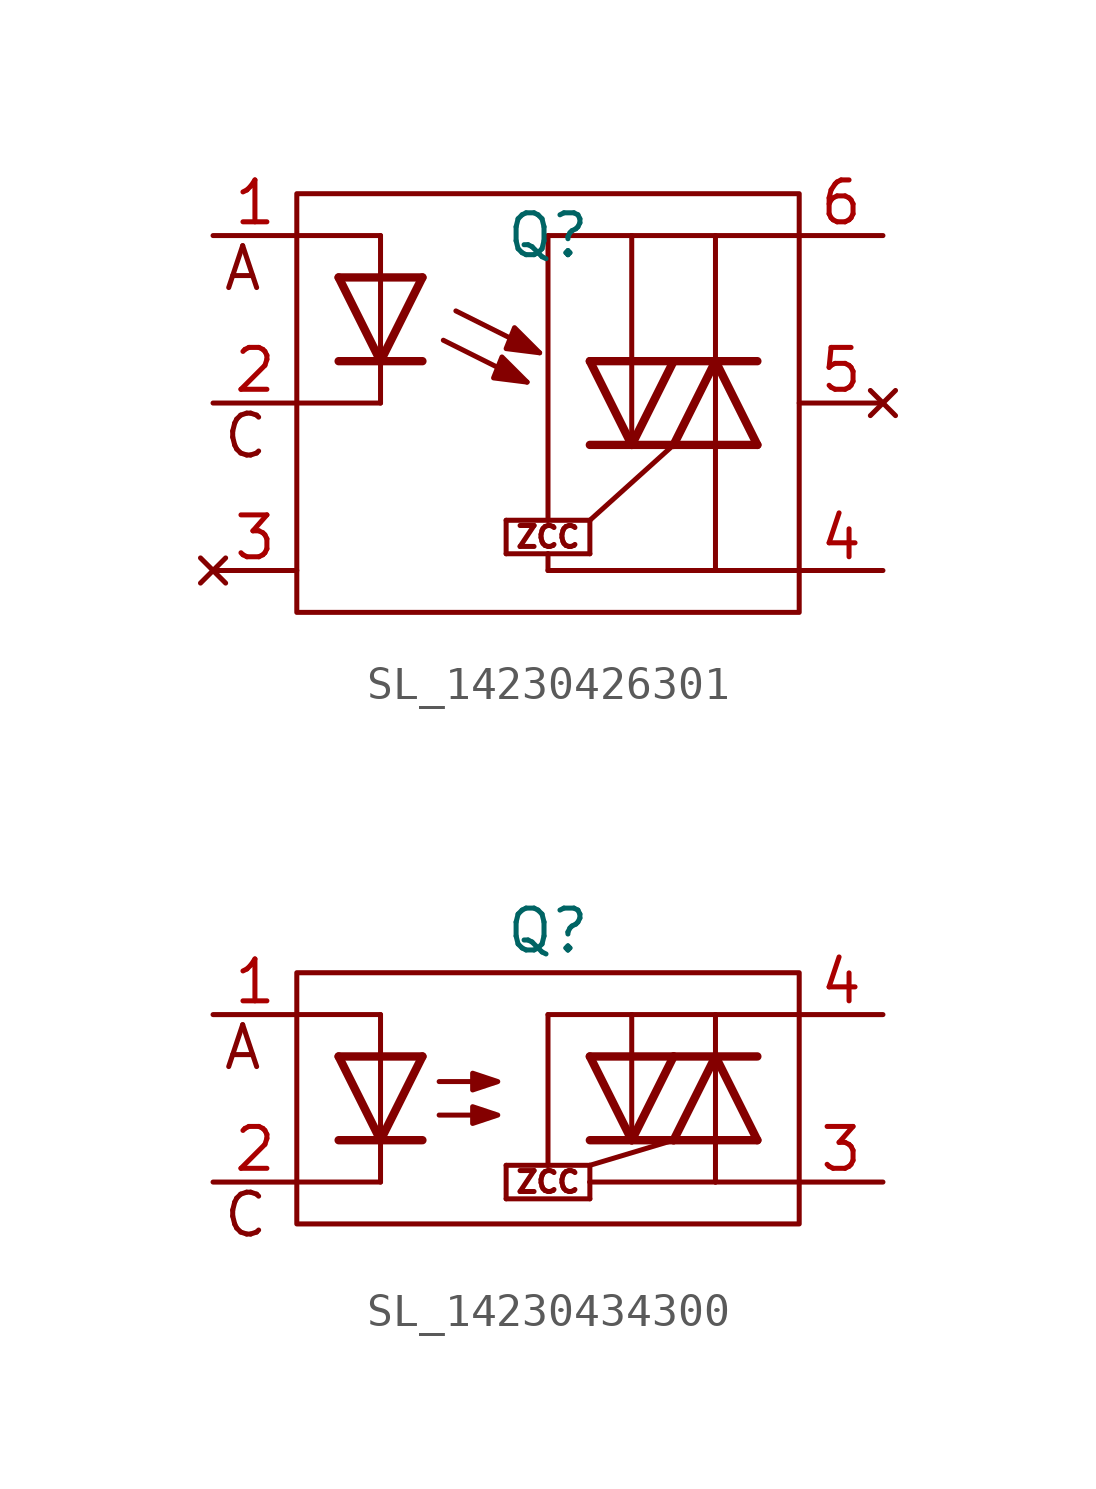
<source format=kicad_sym>
(kicad_symbol_lib
  (version 20220914)
  (generator kicad_symbol_editor)
  (symbol "SL_14230426301"
    (pin_names hide)
    (property "Reference" "Q"
      (at 0 5.08 0)
      (effects (font (size 1.27 1.27))))
    (symbol "SL_14230426301_0_0"
      (rectangle (start -7.62 6.35) (end 7.62 -6.35) (stroke (width 0) (type default)) (fill (type none)))
      (polyline (pts (xy -5.08 0) (xy -7.62 0)) (stroke (width 0.152) (type default)) (fill (type none)))
      (polyline (pts (xy -5.08 1.27) (xy -6.35 1.27)) (stroke (width 0.254) (type default)) (fill (type none)))
      (polyline (pts (xy -5.08 1.27) (xy -6.35 3.81)) (stroke (width 0.254) (type default)) (fill (type none)))
      (polyline (pts (xy -5.08 1.27) (xy -5.08 0)) (stroke (width 0.152) (type default)) (fill (type none)))
      (polyline (pts (xy -5.08 3.81) (xy -6.35 3.81)) (stroke (width 0.254) (type default)) (fill (type none)))
      (polyline (pts (xy -5.08 3.81) (xy -5.08 1.27)) (stroke (width 0.152) (type default)) (fill (type none)))
      (polyline (pts (xy -5.08 3.81) (xy -5.08 5.08)) (stroke (width 0.152) (type default)) (fill (type none)))
      (polyline (pts (xy -5.08 5.08) (xy -7.62 5.08)) (stroke (width 0.152) (type default)) (fill (type none)))
      (polyline (pts (xy -3.81 1.27) (xy -5.08 1.27)) (stroke (width 0.254) (type default)) (fill (type none)))
      (polyline (pts (xy -3.81 3.81) (xy -5.08 1.27)) (stroke (width 0.254) (type default)) (fill (type none)))
      (polyline (pts (xy -3.81 3.81) (xy -5.08 3.81)) (stroke (width 0.254) (type default)) (fill (type none)))
      (polyline (pts (xy -3.175 1.905) (xy -0.635 0.635)) (stroke (width 0.152) (type default)) (fill (type none)))
      (polyline (pts (xy -2.794 2.794) (xy -0.254 1.524)) (stroke (width 0.152) (type default)) (fill (type none)))
      (polyline (pts (xy -1.27 -4.572) (xy -1.27 -3.556)) (stroke (width 0.152) (type default)) (fill (type none)))
      (polyline (pts (xy -1.27 -3.556) (xy 0 -3.556)) (stroke (width 0.152) (type default)) (fill (type none)))
      (polyline (pts (xy 0 -5.08) (xy 5.08 -5.08)) (stroke (width 0.152) (type default)) (fill (type none)))
      (polyline (pts (xy 0 -4.572) (xy -1.27 -4.572)) (stroke (width 0.152) (type default)) (fill (type none)))
      (polyline (pts (xy 0 -4.572) (xy 0 -5.08)) (stroke (width 0.152) (type default)) (fill (type none)))
      (polyline (pts (xy 0 -3.556) (xy 1.27 -3.556)) (stroke (width 0.152) (type default)) (fill (type none)))
      (polyline (pts (xy 0 5.08) (xy 0 -3.556)) (stroke (width 0.152) (type default)) (fill (type none)))
      (polyline (pts (xy 1.27 -4.572) (xy 0 -4.572)) (stroke (width 0.152) (type default)) (fill (type none)))
      (polyline (pts (xy 1.27 -3.556) (xy 1.27 -4.572)) (stroke (width 0.152) (type default)) (fill (type none)))
      (polyline (pts (xy 1.27 -3.556) (xy 3.81 -1.27)) (stroke (width 0.152) (type default)) (fill (type none)))
      (polyline (pts (xy 2.54 -1.27) (xy 1.27 -1.27)) (stroke (width 0.254) (type default)) (fill (type none)))
      (polyline (pts (xy 2.54 -1.27) (xy 1.27 1.27)) (stroke (width 0.254) (type default)) (fill (type none)))
      (polyline (pts (xy 2.54 1.27) (xy 1.27 1.27)) (stroke (width 0.254) (type default)) (fill (type none)))
      (polyline (pts (xy 2.54 1.27) (xy 2.54 -1.27)) (stroke (width 0.152) (type default)) (fill (type none)))
      (polyline (pts (xy 2.54 1.27) (xy 2.54 5.08)) (stroke (width 0.152) (type default)) (fill (type none)))
      (polyline (pts (xy 2.54 5.08) (xy 0 5.08)) (stroke (width 0.152) (type default)) (fill (type none)))
      (polyline (pts (xy 3.81 -1.27) (xy 2.54 -1.27)) (stroke (width 0.254) (type default)) (fill (type none)))
      (polyline (pts (xy 3.81 -1.27) (xy 5.08 -1.27)) (stroke (width 0.254) (type default)) (fill (type none)))
      (polyline (pts (xy 3.81 -1.27) (xy 5.08 1.27)) (stroke (width 0.254) (type default)) (fill (type none)))
      (polyline (pts (xy 3.81 1.27) (xy 2.54 -1.27)) (stroke (width 0.254) (type default)) (fill (type none)))
      (polyline (pts (xy 3.81 1.27) (xy 2.54 1.27)) (stroke (width 0.254) (type default)) (fill (type none)))
      (polyline (pts (xy 3.81 1.27) (xy 5.08 1.27)) (stroke (width 0.254) (type default)) (fill (type none)))
      (polyline (pts (xy 5.08 -1.27) (xy 5.08 -5.08)) (stroke (width 0.152) (type default)) (fill (type none)))
      (polyline (pts (xy 5.08 -1.27) (xy 5.08 1.27)) (stroke (width 0.152) (type default)) (fill (type none)))
      (polyline (pts (xy 5.08 -1.27) (xy 6.35 -1.27)) (stroke (width 0.254) (type default)) (fill (type none)))
      (polyline (pts (xy 5.08 1.27) (xy 5.08 5.08)) (stroke (width 0.152) (type default)) (fill (type none)))
      (polyline (pts (xy 5.08 1.27) (xy 6.35 -1.27)) (stroke (width 0.254) (type default)) (fill (type none)))
      (polyline (pts (xy 5.08 1.27) (xy 6.35 1.27)) (stroke (width 0.254) (type default)) (fill (type none)))
      (polyline (pts (xy 5.08 5.08) (xy 2.54 5.08)) (stroke (width 0.152) (type default)) (fill (type none)))
      (polyline (pts (xy 7.62 -5.08) (xy 5.08 -5.08)) (stroke (width 0.152) (type default)) (fill (type none)))
      (polyline (pts (xy 7.62 5.08) (xy 5.08 5.08)) (stroke (width 0.152) (type default)) (fill (type none)))
      (polyline (pts (xy -1.397 1.397) (xy -0.635 0.635) (xy -1.651 0.762) (xy -1.397 1.397)) (stroke (width 0.152) (type default)) (fill (type outline)))
      (polyline (pts (xy -1.016 2.286) (xy -0.254 1.524) (xy -1.27 1.651) (xy -1.016 2.286)) (stroke (width 0.152) (type default)) (fill (type outline)))
      (text "A" (at -9.906 4.826 0) (effects (font (size 1.27 1.27)) (justify left top)))
      (text "C" (at -9.906 -0.254 0) (effects (font (size 1.27 1.27)) (justify left top))))
    (symbol "SL_14230426301_1_0"
      (text "ZCC" (at 0 -4.064 0) (effects (font (size 0.635 0.635))))
      (pin passive line (at -10.16 5.08 0) (length 2.54) (name "Anode" (effects (font (size 1.27 1.27)))) (number "1" (effects (font (size 1.27 1.27)))))
      (pin passive line (at -10.16 0 0) (length 2.54) (name "Cathode" (effects (font (size 1.27 1.27)))) (number "2" (effects (font (size 1.27 1.27)))))
      (pin no_connect line (at -10.16 -5.08 0) (length 2.54) (name "NC" (effects (font (size 1.27 1.27)))) (number "3" (effects (font (size 1.27 1.27)))))
      (pin passive line (at 10.16 -5.08 180) (length 2.54) (name "Teminal" (effects (font (size 1.27 1.27)))) (number "4" (effects (font (size 1.27 1.27)))))
      (pin no_connect line (at 10.16 0 180) (length 2.54) (name "NC" (effects (font (size 1.27 1.27)))) (number "5" (effects (font (size 1.27 1.27)))))
      (pin passive line (at 10.16 5.08 180) (length 2.54) (name "Teminal" (effects (font (size 1.27 1.27)))) (number "6" (effects (font (size 1.27 1.27)))))))
  (symbol "SL_14230434300"
    (pin_names hide)
    (property "Reference" "Q"
      (at 0 5.08 0)
      (effects (font (size 1.27 1.27))))
    (symbol "SL_14230434300_0_0"
      (polyline (pts (xy -5.08 -2.54) (xy -7.62 -2.54)) (stroke (width 0.152) (type default)) (fill (type none)))
      (polyline (pts (xy -5.08 -1.27) (xy -6.35 -1.27)) (stroke (width 0.254) (type default)) (fill (type none)))
      (polyline (pts (xy -5.08 -1.27) (xy -6.35 1.27)) (stroke (width 0.254) (type default)) (fill (type none)))
      (polyline (pts (xy -5.08 -1.27) (xy -5.08 -2.54)) (stroke (width 0.152) (type default)) (fill (type none)))
      (polyline (pts (xy -5.08 1.27) (xy -6.35 1.27)) (stroke (width 0.254) (type default)) (fill (type none)))
      (polyline (pts (xy -5.08 1.27) (xy -5.08 -1.27)) (stroke (width 0.152) (type default)) (fill (type none)))
      (polyline (pts (xy -5.08 1.27) (xy -5.08 2.54)) (stroke (width 0.152) (type default)) (fill (type none)))
      (polyline (pts (xy -3.81 -1.27) (xy -5.08 -1.27)) (stroke (width 0.254) (type default)) (fill (type none)))
      (polyline (pts (xy -3.81 1.27) (xy -5.08 -1.27)) (stroke (width 0.254) (type default)) (fill (type none)))
      (polyline (pts (xy -3.81 1.27) (xy -5.08 1.27)) (stroke (width 0.254) (type default)) (fill (type none)))
      (polyline (pts (xy -3.302 -0.508) (xy -2.032 -0.508)) (stroke (width 0.152) (type default)) (fill (type none)))
      (polyline (pts (xy -3.302 0.508) (xy -2.032 0.508)) (stroke (width 0.152) (type default)) (fill (type none)))
      (polyline (pts (xy -1.27 -3.048) (xy -1.27 -2.032)) (stroke (width 0.152) (type default)) (fill (type none)))
      (polyline (pts (xy -1.27 -2.032) (xy 0 -2.032)) (stroke (width 0.152) (type default)) (fill (type none)))
      (polyline (pts (xy 0 -2.032) (xy 1.27 -2.032)) (stroke (width 0.152) (type default)) (fill (type none)))
      (polyline (pts (xy 0 2.54) (xy 0 -2.032)) (stroke (width 0.152) (type default)) (fill (type none)))
      (polyline (pts (xy 1.27 -3.048) (xy -1.27 -3.048)) (stroke (width 0.152) (type default)) (fill (type none)))
      (polyline (pts (xy 1.27 -2.54) (xy 1.27 -3.048)) (stroke (width 0.152) (type default)) (fill (type none)))
      (polyline (pts (xy 1.27 -2.54) (xy 5.08 -2.54)) (stroke (width 0.152) (type default)) (fill (type none)))
      (polyline (pts (xy 1.27 -2.032) (xy 1.27 -2.54)) (stroke (width 0.152) (type default)) (fill (type none)))
      (polyline (pts (xy 2.54 -1.27) (xy 1.27 -1.27)) (stroke (width 0.254) (type default)) (fill (type none)))
      (polyline (pts (xy 2.54 -1.27) (xy 1.27 1.27)) (stroke (width 0.254) (type default)) (fill (type none)))
      (polyline (pts (xy 2.54 1.27) (xy 1.27 1.27)) (stroke (width 0.254) (type default)) (fill (type none)))
      (polyline (pts (xy 2.54 1.27) (xy 2.54 -1.27)) (stroke (width 0.152) (type default)) (fill (type none)))
      (polyline (pts (xy 2.54 1.27) (xy 2.54 2.54)) (stroke (width 0.152) (type default)) (fill (type none)))
      (polyline (pts (xy 2.54 2.54) (xy 0 2.54)) (stroke (width 0.152) (type default)) (fill (type none)))
      (polyline (pts (xy 3.81 -1.27) (xy 1.27 -2.032)) (stroke (width 0.152) (type default)) (fill (type none)))
      (polyline (pts (xy 3.81 -1.27) (xy 2.54 -1.27)) (stroke (width 0.254) (type default)) (fill (type none)))
      (polyline (pts (xy 3.81 -1.27) (xy 5.08 -1.27)) (stroke (width 0.254) (type default)) (fill (type none)))
      (polyline (pts (xy 3.81 -1.27) (xy 5.08 1.27)) (stroke (width 0.254) (type default)) (fill (type none)))
      (polyline (pts (xy 3.81 1.27) (xy 2.54 -1.27)) (stroke (width 0.254) (type default)) (fill (type none)))
      (polyline (pts (xy 3.81 1.27) (xy 2.54 1.27)) (stroke (width 0.254) (type default)) (fill (type none)))
      (polyline (pts (xy 3.81 1.27) (xy 5.08 1.27)) (stroke (width 0.254) (type default)) (fill (type none)))
      (polyline (pts (xy 5.08 -1.27) (xy 5.08 -2.54)) (stroke (width 0.152) (type default)) (fill (type none)))
      (polyline (pts (xy 5.08 -1.27) (xy 5.08 1.27)) (stroke (width 0.152) (type default)) (fill (type none)))
      (polyline (pts (xy 5.08 -1.27) (xy 6.35 -1.27)) (stroke (width 0.254) (type default)) (fill (type none)))
      (polyline (pts (xy 5.08 1.27) (xy 5.08 2.54)) (stroke (width 0.152) (type default)) (fill (type none)))
      (polyline (pts (xy 5.08 1.27) (xy 6.35 -1.27)) (stroke (width 0.254) (type default)) (fill (type none)))
      (polyline (pts (xy 5.08 1.27) (xy 6.35 1.27)) (stroke (width 0.254) (type default)) (fill (type none)))
      (polyline (pts (xy 5.08 2.54) (xy 2.54 2.54)) (stroke (width 0.152) (type default)) (fill (type none)))
      (polyline (pts (xy 7.62 -2.54) (xy 5.08 -2.54)) (stroke (width 0.152) (type default)) (fill (type none)))
      (polyline (pts (xy 7.62 2.54) (xy 5.08 2.54)) (stroke (width 0.152) (type default)) (fill (type none)))
      (polyline (pts (xy -2.286 -0.254) (xy -1.524 -0.508) (xy -2.286 -0.762) (xy -2.286 -0.254)) (stroke (width 0.152) (type default)) (fill (type outline)))
      (polyline (pts (xy -2.286 0.762) (xy -1.524 0.508) (xy -2.286 0.254) (xy -2.286 0.762)) (stroke (width 0.152) (type default)) (fill (type outline)))
      (text "A" (at -9.906 2.286 0) (effects (font (size 1.27 1.27)) (justify left top)))
      (text "C" (at -9.906 -2.794 0) (effects (font (size 1.27 1.27)) (justify left top))))
    (symbol "SL_14230434300_0_1"
      (rectangle (start -7.62 3.81) (end 7.62 -3.81) (stroke (width 0) (type default)) (fill (type none))))
    (symbol "SL_14230434300_1_0"
      (polyline (pts (xy -5.08 2.54) (xy -7.62 2.54)) (stroke (width 0.152) (type default)) (fill (type none)))
      (text "ZCC" (at 0 -2.54 0) (effects (font (size 0.635 0.635))))
      (pin passive line (at -10.16 2.54 0) (length 2.54) (name "Anode" (effects (font (size 1.27 1.27)))) (number "1" (effects (font (size 1.27 1.27)))))
      (pin passive line (at -10.16 -2.54 0) (length 2.54) (name "Cathode" (effects (font (size 1.27 1.27)))) (number "2" (effects (font (size 1.27 1.27)))))
      (pin passive line (at 10.16 -2.54 180) (length 2.54) (name "Teminal" (effects (font (size 1.27 1.27)))) (number "3" (effects (font (size 1.27 1.27)))))
      (pin passive line (at 10.16 2.54 180) (length 2.54) (name "Teminal" (effects (font (size 1.27 1.27)))) (number "4" (effects (font (size 1.27 1.27))))))))
</source>
